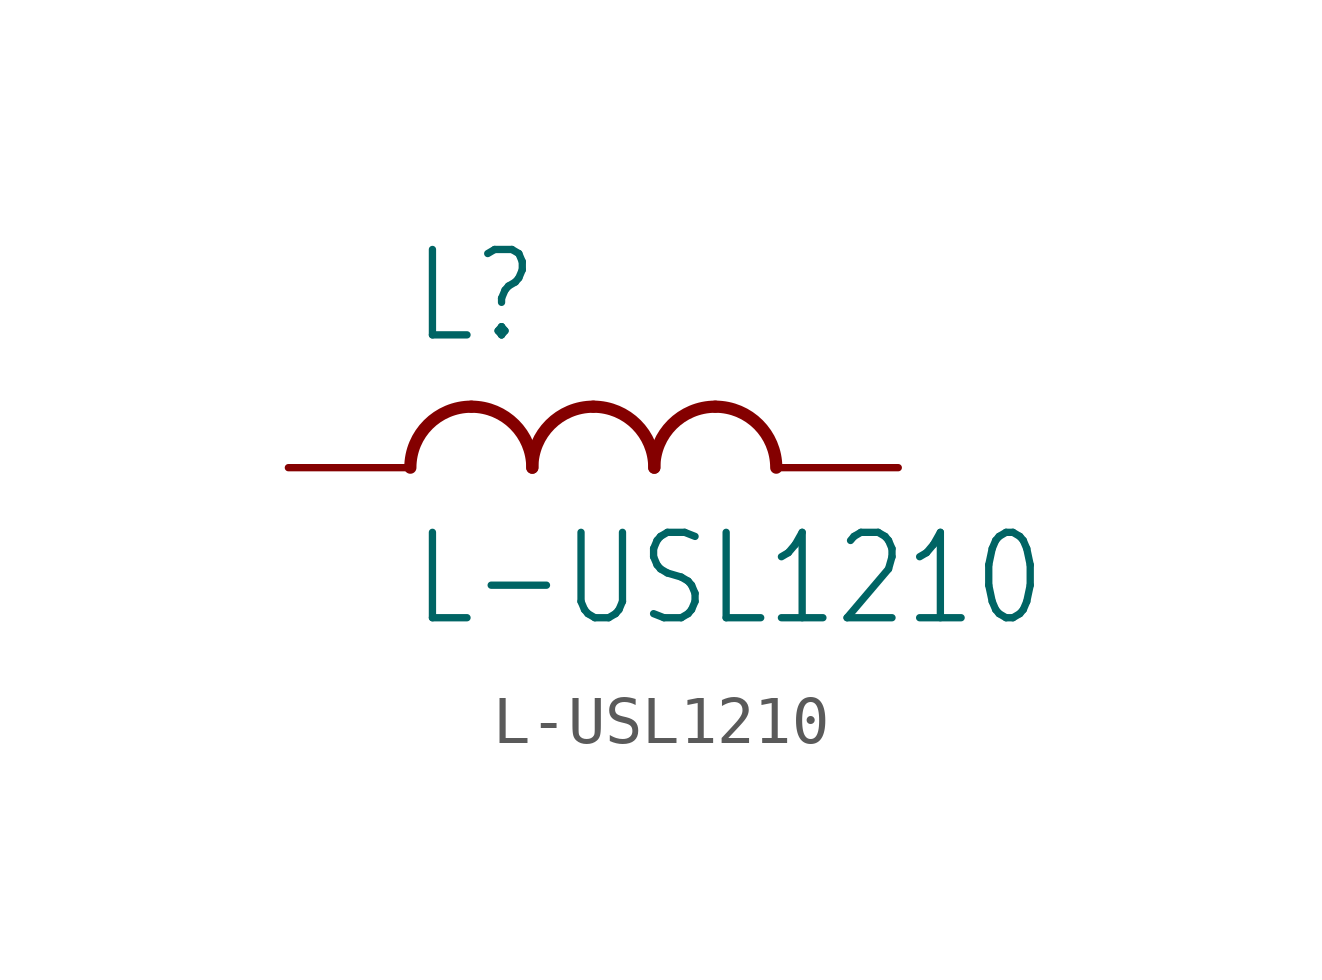
<source format=kicad_sym>
(kicad_symbol_lib
  (version 20211014)
  (generator kicad_symbol_editor)
  (symbol "L-USL1210"
    (property "Reference" "L"
      (at -5.08 2.54 0)
      (effects (font (size 1.778 1.511)) (justify left bottom)))
    (property "Value" "L-USL1210"
      (at -5.08 -1.27 0)
      (effects (font (size 1.778 1.511)) (justify left top)))
    (property "ki_locked" ""
      (at 0 0 0)
      (effects (font (size 1.27 1.27))))
    (symbol "L-USL1210_1_0"
      (arc (start -3.81 1.27) (mid -4.708 0.898) (end -5.08 0) (stroke (width 0.254) (type default) (color 0 0 0 0)) (fill (type none)))
      (arc (start -2.54 0) (mid -2.912 0.898) (end -3.81 1.27) (stroke (width 0.254) (type default) (color 0 0 0 0)) (fill (type none)))
      (arc (start -1.27 1.27) (mid -2.168 0.898) (end -2.54 0) (stroke (width 0.254) (type default) (color 0 0 0 0)) (fill (type none)))
      (arc (start 0 0) (mid -0.372 0.898) (end -1.27 1.27) (stroke (width 0.254) (type default) (color 0 0 0 0)) (fill (type none)))
      (arc (start 1.27 1.27) (mid 0.372 0.898) (end 0 0) (stroke (width 0.254) (type default) (color 0 0 0 0)) (fill (type none)))
      (arc (start 2.54 0) (mid 2.168 0.898) (end 1.27 1.27) (stroke (width 0.254) (type default) (color 0 0 0 0)) (fill (type none)))
      (pin passive line (at -7.62 0 0) (length 2.54) (name "1" (effects (font (size 0 0)))) (number "1" (effects (font (size 0 0)))))
      (pin passive line (at 5.08 0 180) (length 2.54) (name "2" (effects (font (size 0 0)))) (number "2" (effects (font (size 0 0))))))))
</source>
